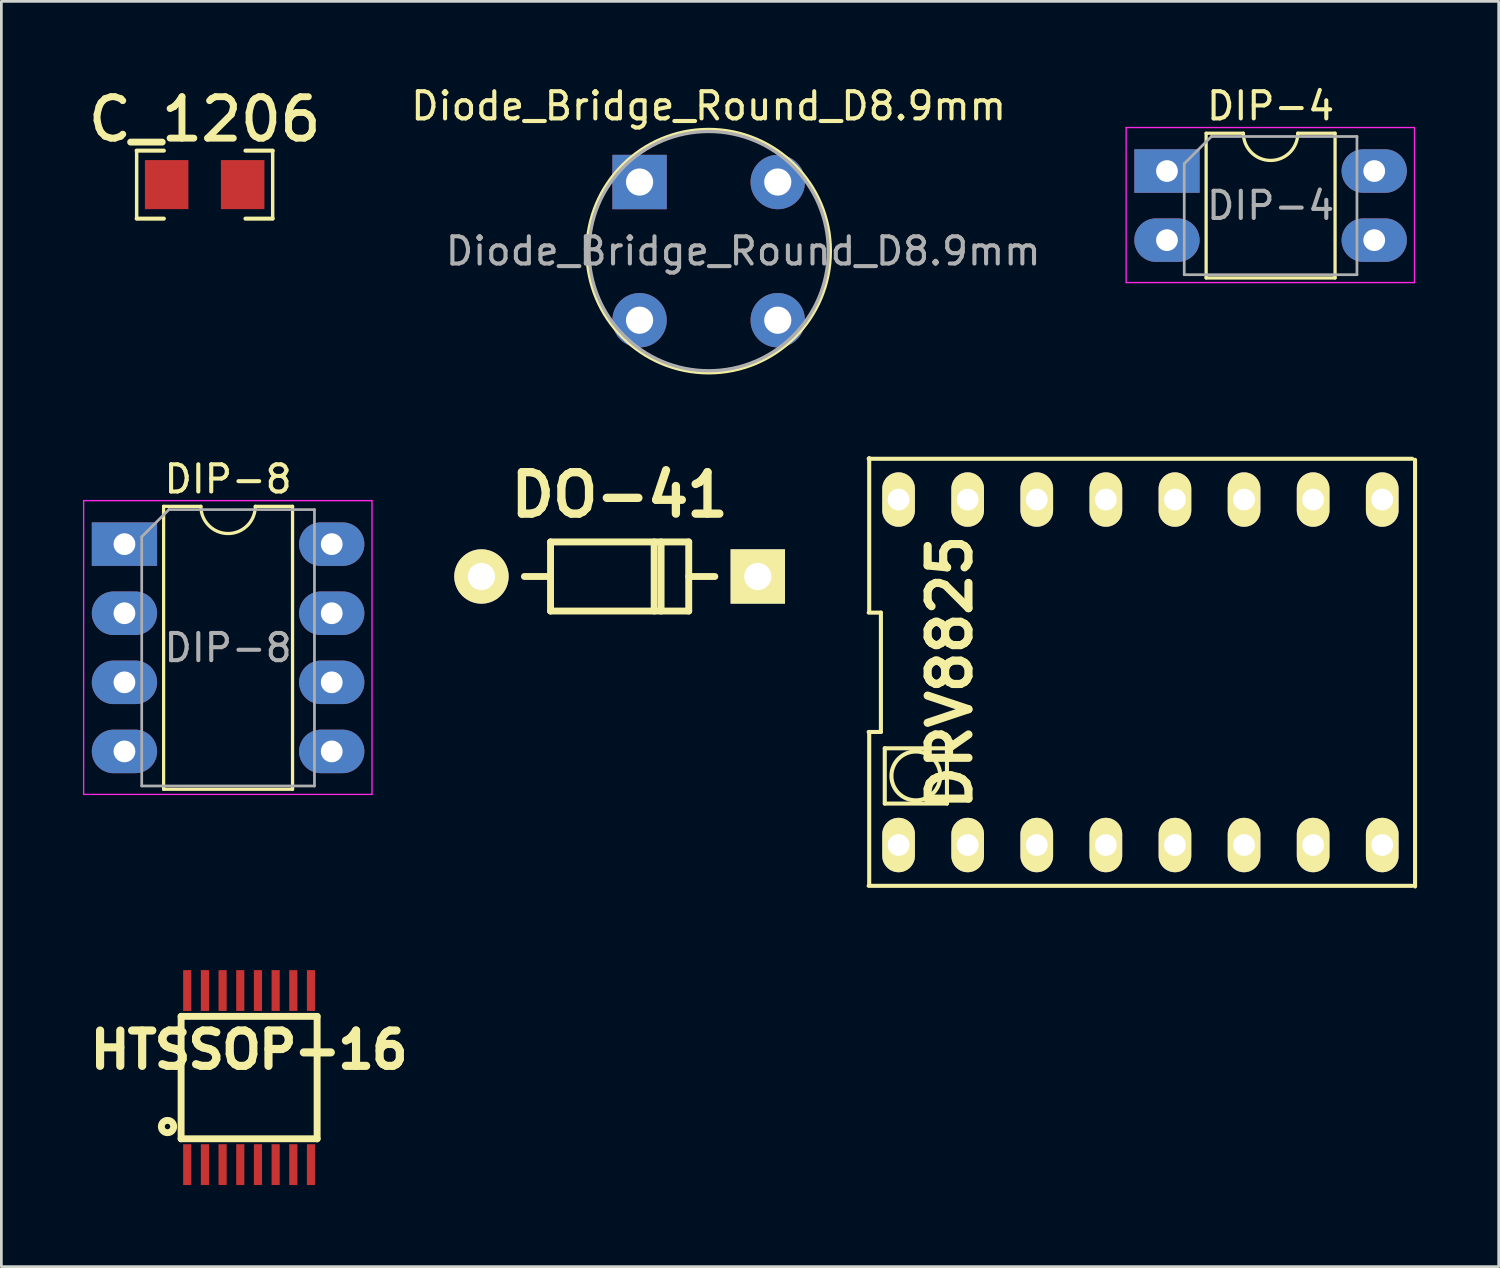
<source format=kicad_pcb>
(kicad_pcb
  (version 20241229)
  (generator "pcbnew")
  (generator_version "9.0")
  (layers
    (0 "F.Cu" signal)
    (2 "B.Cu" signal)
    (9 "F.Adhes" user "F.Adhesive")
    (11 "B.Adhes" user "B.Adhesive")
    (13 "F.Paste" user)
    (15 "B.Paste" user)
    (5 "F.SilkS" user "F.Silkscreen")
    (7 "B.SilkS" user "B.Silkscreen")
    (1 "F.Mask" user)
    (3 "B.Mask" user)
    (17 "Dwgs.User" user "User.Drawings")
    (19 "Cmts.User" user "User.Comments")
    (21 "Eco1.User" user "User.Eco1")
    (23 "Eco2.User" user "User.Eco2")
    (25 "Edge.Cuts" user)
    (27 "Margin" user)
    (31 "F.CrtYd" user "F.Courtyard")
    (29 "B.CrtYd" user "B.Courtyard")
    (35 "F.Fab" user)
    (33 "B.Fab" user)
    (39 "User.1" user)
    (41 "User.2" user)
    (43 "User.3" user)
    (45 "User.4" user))
  (footprint "DO-41"
    (layer "F.Cu")
    (at 19.729 18.143)
    (property "Reference" "DO-41" (at 0 -3 0) (layer "F.SilkS") (effects (font (size 1.524 1.524) (thickness 0.305))))
    (attr through_hole)
    (fp_line (start -2.54 -1.27) (end -2.54 1.27) (stroke (width 0.254) (type solid)) (layer "F.SilkS"))
    (fp_line (start -2.54 -1.27) (end 2.54 -1.27) (stroke (width 0.254) (type solid)) (layer "F.SilkS"))
    (fp_line (start -2.54 0) (end -3.5 0) (stroke (width 0.254) (type solid)) (layer "F.SilkS"))
    (fp_line (start 1.27 -1.27) (end 1.27 1.27) (stroke (width 0.254) (type solid)) (layer "F.SilkS"))
    (fp_line (start 1.524 1.27) (end 1.524 -1.27) (stroke (width 0.254) (type solid)) (layer "F.SilkS"))
    (fp_line (start 2.54 -1.27) (end 2.54 1.27) (stroke (width 0.254) (type solid)) (layer "F.SilkS"))
    (fp_line (start 2.54 1.27) (end -2.54 1.27) (stroke (width 0.254) (type solid)) (layer "F.SilkS"))
    (fp_line (start 3.5 0) (end 2.54 0) (stroke (width 0.254) (type solid)) (layer "F.SilkS"))
    (pad "1" thru_hole circle (at -5.08 0) (size 1.999 1.999) (drill 1.001) (layers "*.Cu" "*.Mask" "F.SilkS"))
    (pad "2" thru_hole rect (at 5.08 0) (size 1.999 1.999) (drill 1.001) (layers "*.Cu" "*.Mask" "F.SilkS")))
  (footprint "DRV8825"
    (layer "F.Cu")
    (at 38.874 21.665)
    (property "Reference" "DRV8825" (at -7 0 90) (layer "F.SilkS") (effects (font (size 1.5 1.5) (thickness 0.3))))
    (attr through_hole)
    (fp_line (start -9.99 -2.193) (end -9.54 -2.193) (stroke (width 0.15) (type solid)) (layer "F.SilkS"))
    (fp_line (start -9.99 7.85) (end 9.99 7.85) (stroke (width 0.15) (type solid)) (layer "F.SilkS"))
    (fp_line (start -9.97 -2.223) (end -9.97 -7.874) (stroke (width 0.15) (type solid)) (layer "F.SilkS"))
    (fp_line (start -9.97 2.223) (end -9.97 7.811) (stroke (width 0.15) (type solid)) (layer "F.SilkS"))
    (fp_line (start -9.54 -2.193) (end -9.54 2.193) (stroke (width 0.15) (type solid)) (layer "F.SilkS"))
    (fp_line (start -9.54 2.193) (end -9.99 2.193) (stroke (width 0.15) (type solid)) (layer "F.SilkS"))
    (fp_line (start -9.398 2.794) (end -7.112 2.794) (stroke (width 0.15) (type solid)) (layer "F.SilkS"))
    (fp_line (start -9.398 4.826) (end -9.398 2.794) (stroke (width 0.15) (type solid)) (layer "F.SilkS"))
    (fp_line (start -7.112 2.794) (end -7.112 4.826) (stroke (width 0.15) (type solid)) (layer "F.SilkS"))
    (fp_line (start -7.112 4.826) (end -9.398 4.826) (stroke (width 0.15) (type solid)) (layer "F.SilkS"))
    (fp_line (start 9.99 -7.85) (end -9.99 -7.85) (stroke (width 0.15) (type solid)) (layer "F.SilkS"))
    (fp_line (start 10.097 -7.811) (end 10.097 7.874) (stroke (width 0.15) (type solid)) (layer "F.SilkS"))
    (fp_circle (center -8.255 3.81) (end -7.62 3.175) (stroke (width 0.15) (type solid)) (fill no) (layer "F.SilkS"))
    (pad "1" thru_hole oval (at -8.89 6.35) (size 1.2 2) (drill 0.8) (layers "*.Cu" "*.Mask" "F.SilkS"))
    (pad "2" thru_hole oval (at -6.35 6.35) (size 1.2 2) (drill 0.8) (layers "*.Cu" "*.Mask" "F.SilkS"))
    (pad "3" thru_hole oval (at -3.81 6.35) (size 1.2 2) (drill 0.8) (layers "*.Cu" "*.Mask" "F.SilkS"))
    (pad "4" thru_hole oval (at -1.27 6.35) (size 1.2 2) (drill 0.8) (layers "*.Cu" "*.Mask" "F.SilkS"))
    (pad "5" thru_hole oval (at 1.27 6.35) (size 1.2 2) (drill 0.8) (layers "*.Cu" "*.Mask" "F.SilkS"))
    (pad "6" thru_hole oval (at 3.81 6.35) (size 1.2 2) (drill 0.8) (layers "*.Cu" "*.Mask" "F.SilkS"))
    (pad "7" thru_hole oval (at 6.35 6.35) (size 1.2 2) (drill 0.8) (layers "*.Cu" "*.Mask" "F.SilkS"))
    (pad "8" thru_hole oval (at 8.89 6.35) (size 1.2 2) (drill 0.8) (layers "*.Cu" "*.Mask" "F.SilkS"))
    (pad "9" thru_hole oval (at 8.89 -6.35) (size 1.2 2) (drill 0.8) (layers "*.Cu" "*.Mask" "F.SilkS"))
    (pad "10" thru_hole oval (at 6.35 -6.35) (size 1.2 2) (drill 0.8) (layers "*.Cu" "*.Mask" "F.SilkS"))
    (pad "11" thru_hole oval (at 3.81 -6.35) (size 1.2 2) (drill 0.8) (layers "*.Cu" "*.Mask" "F.SilkS"))
    (pad "12" thru_hole oval (at 1.27 -6.35) (size 1.2 2) (drill 0.8) (layers "*.Cu" "*.Mask" "F.SilkS"))
    (pad "13" thru_hole oval (at -1.27 -6.35) (size 1.2 2) (drill 0.8) (layers "*.Cu" "*.Mask" "F.SilkS"))
    (pad "14" thru_hole oval (at -3.81 -6.35) (size 1.2 2) (drill 0.8) (layers "*.Cu" "*.Mask" "F.SilkS"))
    (pad "15" thru_hole oval (at -6.35 -6.35) (size 1.2 2) (drill 0.8) (layers "*.Cu" "*.Mask" "F.SilkS"))
    (pad "16" thru_hole oval (at -8.89 -6.35) (size 1.2 2) (drill 0.8) (layers "*.Cu" "*.Mask" "F.SilkS")))
  (footprint "C_1206"
    (layer "F.Cu")
    (at 4.474 3.737)
    (property "Reference" "C_1206" (at 0 -2.4 0) (layer "F.SilkS") (effects (font (size 1.524 1.524) (thickness 0.254))))
    (attr through_hole)
    (fp_line (start -2.5 -1.25) (end -2.5 1.25) (stroke (width 0.127) (type solid)) (layer "F.SilkS"))
    (fp_line (start -1.5 -1.25) (end -2.5 -1.25) (stroke (width 0.15) (type solid)) (layer "F.SilkS"))
    (fp_line (start -1.5 1.25) (end -2.5 1.25) (stroke (width 0.15) (type solid)) (layer "F.SilkS"))
    (fp_line (start 1.5 -1.25) (end 2.5 -1.25) (stroke (width 0.15) (type solid)) (layer "F.SilkS"))
    (fp_line (start 1.5 1.25) (end 2.5 1.25) (stroke (width 0.15) (type solid)) (layer "F.SilkS"))
    (fp_line (start 2.5 1.25) (end 2.5 -1.25) (stroke (width 0.127) (type solid)) (layer "F.SilkS"))
    (pad "1" smd rect (at 1.397 0) (size 1.6 1.803) (layers "F.Cu" "F.Mask" "F.Paste"))
    (pad "2" smd rect (at -1.397 0) (size 1.6 1.803) (layers "F.Cu" "F.Mask" "F.Paste")))
  (footprint "DIP-4"
    (layer "F.Cu")
    (at 39.85 3.238)
    (property "Reference" "DIP-4" (at 3.81 -2.39 0) (layer "F.SilkS") (effects (font (size 1 1) (thickness 0.15))))
    (attr through_hole)
    (fp_line (start 1.44 -1.39) (end 1.44 3.93) (stroke (width 0.12) (type solid)) (layer "F.SilkS"))
    (fp_line (start 1.44 3.93) (end 6.18 3.93) (stroke (width 0.12) (type solid)) (layer "F.SilkS"))
    (fp_line (start 2.81 -1.39) (end 1.44 -1.39) (stroke (width 0.12) (type solid)) (layer "F.SilkS"))
    (fp_line (start 6.18 -1.39) (end 4.81 -1.39) (stroke (width 0.12) (type solid)) (layer "F.SilkS"))
    (fp_line (start 6.18 3.93) (end 6.18 -1.39) (stroke (width 0.12) (type solid)) (layer "F.SilkS"))
    (fp_arc (start 4.81 -1.39) (mid 3.81 -0.39) (end 2.81 -1.39) (stroke (width 0.12) (type solid)) (layer "F.SilkS"))
    (fp_line (start -1.5 -1.6) (end -1.5 4.1) (stroke (width 0.05) (type solid)) (layer "F.CrtYd"))
    (fp_line (start -1.5 4.1) (end 9.1 4.1) (stroke (width 0.05) (type solid)) (layer "F.CrtYd"))
    (fp_line (start 9.1 -1.6) (end -1.5 -1.6) (stroke (width 0.05) (type solid)) (layer "F.CrtYd"))
    (fp_line (start 9.1 4.1) (end 9.1 -1.6) (stroke (width 0.05) (type solid)) (layer "F.CrtYd"))
    (fp_line (start 0.635 -0.27) (end 1.635 -1.27) (stroke (width 0.1) (type solid)) (layer "F.Fab"))
    (fp_line (start 0.635 3.81) (end 0.635 -0.27) (stroke (width 0.1) (type solid)) (layer "F.Fab"))
    (fp_line (start 1.635 -1.27) (end 6.985 -1.27) (stroke (width 0.1) (type solid)) (layer "F.Fab"))
    (fp_line (start 6.985 -1.27) (end 6.985 3.81) (stroke (width 0.1) (type solid)) (layer "F.Fab"))
    (fp_line (start 6.985 3.81) (end 0.635 3.81) (stroke (width 0.1) (type solid)) (layer "F.Fab"))
    (fp_text user "${REFERENCE}" (at 3.81 1.27 0) (layer "F.Fab") (effects (font (size 1 1) (thickness 0.15))))
    (pad "1" thru_hole rect (at 0 0) (size 2.4 1.6) (drill 0.8) (layers "*.Cu" "*.Mask"))
    (pad "2" thru_hole oval (at 0 2.54) (size 2.4 1.6) (drill 0.8) (layers "*.Cu" "*.Mask"))
    (pad "3" thru_hole oval (at 7.62 2.54) (size 2.4 1.6) (drill 0.8) (layers "*.Cu" "*.Mask"))
    (pad "4" thru_hole oval (at 7.62 0) (size 2.4 1.6) (drill 0.8) (layers "*.Cu" "*.Mask")))
  (footprint "HTSSOP-16"
    (layer "F.Cu")
    (at 6.108 36.564)
    (property "Reference" "HTSSOP-16" (at 0 -1.016 0) (layer "F.SilkS") (effects (font (size 1.3 1.3) (thickness 0.3))))
    (attr through_hole)
    (fp_line (start -2.5 -2.25) (end -2.5 2.25) (stroke (width 0.254) (type solid)) (layer "F.SilkS"))
    (fp_line (start -2.5 2.25) (end 2.5 2.25) (stroke (width 0.254) (type solid)) (layer "F.SilkS"))
    (fp_line (start 2.5 -2.25) (end -2.5 -2.25) (stroke (width 0.254) (type solid)) (layer "F.SilkS"))
    (fp_line (start 2.5 2.25) (end 2.5 -2.25) (stroke (width 0.254) (type solid)) (layer "F.SilkS"))
    (fp_circle (center -3 1.8) (end -3 1.9) (stroke (width 0.254) (type solid)) (fill no) (layer "F.SilkS"))
    (pad "1" smd rect (at -2.275 3.2) (size 0.3 1.5) (layers "F.Cu" "F.Mask" "F.Paste"))
    (pad "2" smd rect (at -1.625 3.2) (size 0.3 1.5) (layers "F.Cu" "F.Mask" "F.Paste"))
    (pad "3" smd rect (at -0.975 3.2) (size 0.3 1.5) (layers "F.Cu" "F.Mask" "F.Paste"))
    (pad "4" smd rect (at -0.325 3.2) (size 0.3 1.5) (layers "F.Cu" "F.Mask" "F.Paste"))
    (pad "5" smd rect (at 0.325 3.2) (size 0.3 1.5) (layers "F.Cu" "F.Mask" "F.Paste"))
    (pad "6" smd rect (at 0.975 3.2) (size 0.3 1.5) (layers "F.Cu" "F.Mask" "F.Paste"))
    (pad "7" smd rect (at 1.625 3.2) (size 0.3 1.5) (layers "F.Cu" "F.Mask" "F.Paste"))
    (pad "8" smd rect (at 2.275 3.2) (size 0.3 1.5) (layers "F.Cu" "F.Mask" "F.Paste"))
    (pad "9" smd rect (at 2.275 -3.2) (size 0.3 1.5) (layers "F.Cu" "F.Mask" "F.Paste"))
    (pad "10" smd rect (at 1.625 -3.2) (size 0.3 1.5) (layers "F.Cu" "F.Mask" "F.Paste"))
    (pad "11" smd rect (at 0.975 -3.2) (size 0.3 1.5) (layers "F.Cu" "F.Mask" "F.Paste"))
    (pad "12" smd rect (at 0.325 -3.2) (size 0.3 1.5) (layers "F.Cu" "F.Mask" "F.Paste"))
    (pad "13" smd rect (at -0.325 -3.2) (size 0.3 1.5) (layers "F.Cu" "F.Mask" "F.Paste"))
    (pad "14" smd rect (at -0.975 -3.2) (size 0.3 1.5) (layers "F.Cu" "F.Mask" "F.Paste"))
    (pad "15" smd rect (at -1.625 -3.2) (size 0.3 1.5) (layers "F.Cu" "F.Mask" "F.Paste"))
    (pad "16" smd rect (at -2.275 -3.2) (size 0.3 1.5) (layers "F.Cu" "F.Mask" "F.Paste")))
  (footprint "DIP-8"
    (layer "F.Cu")
    (at 1.525 16.954)
    (property "Reference" "DIP-8" (at 3.81 -2.39 0) (layer "F.SilkS") (effects (font (size 1 1) (thickness 0.15))))
    (attr through_hole)
    (fp_line (start 1.44 -1.39) (end 1.44 9.01) (stroke (width 0.12) (type solid)) (layer "F.SilkS"))
    (fp_line (start 1.44 9.01) (end 6.18 9.01) (stroke (width 0.12) (type solid)) (layer "F.SilkS"))
    (fp_line (start 2.81 -1.39) (end 1.44 -1.39) (stroke (width 0.12) (type solid)) (layer "F.SilkS"))
    (fp_line (start 6.18 -1.39) (end 4.81 -1.39) (stroke (width 0.12) (type solid)) (layer "F.SilkS"))
    (fp_line (start 6.18 9.01) (end 6.18 -1.39) (stroke (width 0.12) (type solid)) (layer "F.SilkS"))
    (fp_arc (start 4.81 -1.39) (mid 3.81 -0.39) (end 2.81 -1.39) (stroke (width 0.12) (type solid)) (layer "F.SilkS"))
    (fp_line (start -1.5 -1.6) (end -1.5 9.2) (stroke (width 0.05) (type solid)) (layer "F.CrtYd"))
    (fp_line (start -1.5 9.2) (end 9.1 9.2) (stroke (width 0.05) (type solid)) (layer "F.CrtYd"))
    (fp_line (start 9.1 -1.6) (end -1.5 -1.6) (stroke (width 0.05) (type solid)) (layer "F.CrtYd"))
    (fp_line (start 9.1 9.2) (end 9.1 -1.6) (stroke (width 0.05) (type solid)) (layer "F.CrtYd"))
    (fp_line (start 0.635 -0.27) (end 1.635 -1.27) (stroke (width 0.1) (type solid)) (layer "F.Fab"))
    (fp_line (start 0.635 8.89) (end 0.635 -0.27) (stroke (width 0.1) (type solid)) (layer "F.Fab"))
    (fp_line (start 1.635 -1.27) (end 6.985 -1.27) (stroke (width 0.1) (type solid)) (layer "F.Fab"))
    (fp_line (start 6.985 -1.27) (end 6.985 8.89) (stroke (width 0.1) (type solid)) (layer "F.Fab"))
    (fp_line (start 6.985 8.89) (end 0.635 8.89) (stroke (width 0.1) (type solid)) (layer "F.Fab"))
    (fp_text user "${REFERENCE}" (at 3.81 3.81 0) (layer "F.Fab") (effects (font (size 1 1) (thickness 0.15))))
    (pad "1" thru_hole rect (at 0 0) (size 2.4 1.6) (drill 0.8) (layers "*.Cu" "*.Mask"))
    (pad "2" thru_hole oval (at 0 2.54) (size 2.4 1.6) (drill 0.8) (layers "*.Cu" "*.Mask"))
    (pad "3" thru_hole oval (at 0 5.08) (size 2.4 1.6) (drill 0.8) (layers "*.Cu" "*.Mask"))
    (pad "4" thru_hole oval (at 0 7.62) (size 2.4 1.6) (drill 0.8) (layers "*.Cu" "*.Mask"))
    (pad "5" thru_hole oval (at 7.62 7.62) (size 2.4 1.6) (drill 0.8) (layers "*.Cu" "*.Mask"))
    (pad "6" thru_hole oval (at 7.62 5.08) (size 2.4 1.6) (drill 0.8) (layers "*.Cu" "*.Mask"))
    (pad "7" thru_hole oval (at 7.62 2.54) (size 2.4 1.6) (drill 0.8) (layers "*.Cu" "*.Mask"))
    (pad "8" thru_hole oval (at 7.62 0) (size 2.4 1.6) (drill 0.8) (layers "*.Cu" "*.Mask")))
  (footprint "Diode_Bridge_Round_D8.9mm"
    (layer "F.Cu")
    (at 23.002 6.182)
    (property "Reference" "Diode_Bridge_Round_D8.9mm" (at 0 -5.334 0) (layer "F.SilkS") (effects (font (size 1 1) (thickness 0.15))))
    (attr through_hole)
    (fp_arc (start -2.54 -3.683) (mid 2.54 3.683) (end -2.54 -3.683) (stroke (width 0.12) (type solid)) (layer "F.SilkS"))
    (fp_arc (start -3.44 -2.74) (mid 3.44 2.74) (end -3.44 -2.74) (stroke (width 0.12) (type solid)) (layer "F.Fab"))
    (fp_text user "${REFERENCE}" (at 1.27 0 0) (layer "F.Fab") (effects (font (size 1 1) (thickness 0.15))))
    (pad "1" thru_hole rect (at -2.54 -2.54) (size 2 2) (drill 1) (layers "*.Cu" "*.Mask"))
    (pad "2" thru_hole oval (at -2.54 2.54) (size 2 2) (drill 1) (layers "*.Cu" "*.Mask"))
    (pad "3" thru_hole oval (at 2.54 2.54) (size 2 2) (drill 1) (layers "*.Cu" "*.Mask"))
    (pad "4" thru_hole oval (at 2.54 -2.54) (size 2 2) (drill 1) (layers "*.Cu" "*.Mask")))
  (gr_rect
    (start -3 -3)
    (end 52.045 43.514)
    (stroke (width 0.1) (type default))
    (fill no)
    (layer "Edge.Cuts")))
</source>
